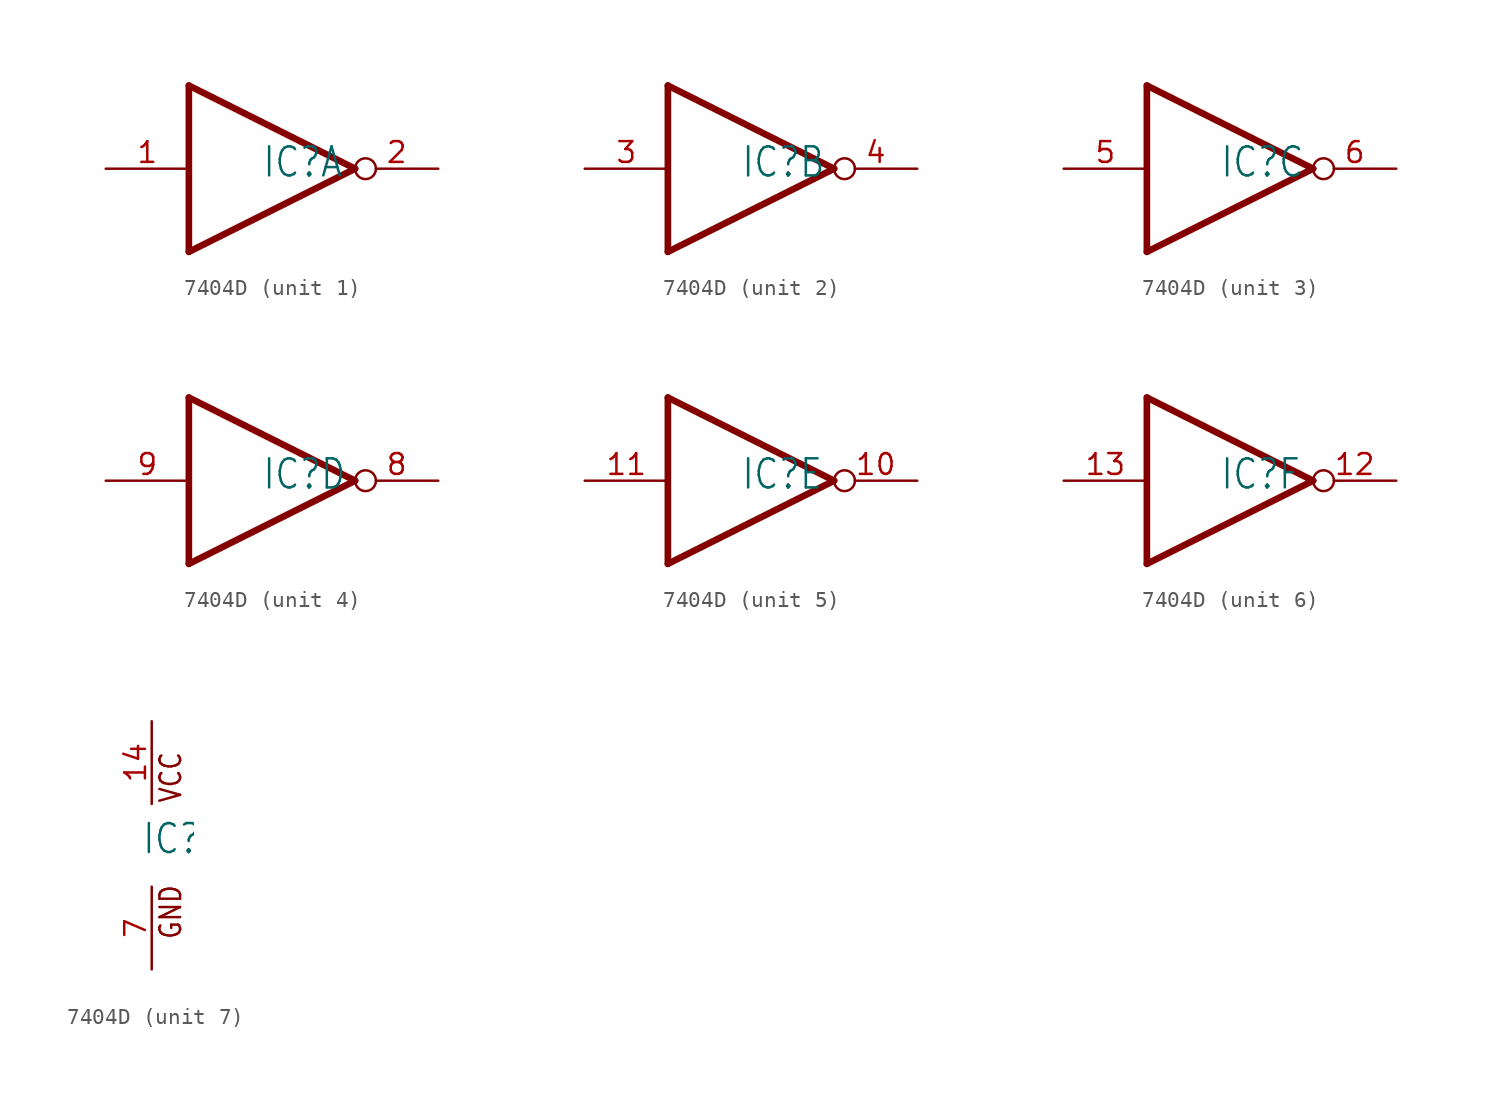
<source format=kicad_sym>
(kicad_symbol_lib
  (version 20211014)
  (generator kicad_symbol_editor)
  (symbol "7404D"
    (property "Reference" "IC"
      (at -0.635 -0.635 0)
      (effects (font (size 1.778 1.511)) (justify left bottom)))
    (property "ki_locked" ""
      (at 0 0 0)
      (effects (font (size 1.27 1.27))))
    (symbol "7404D_1_0"
      (polyline (pts (xy -5.08 -5.08) (xy -5.08 5.08)) (stroke (width 0.406) (type default) (color 0 0 0 0)) (fill (type none)))
      (polyline (pts (xy -5.08 5.08) (xy 5.08 0)) (stroke (width 0.406) (type default) (color 0 0 0 0)) (fill (type none)))
      (polyline (pts (xy 5.08 0) (xy -5.08 -5.08)) (stroke (width 0.406) (type default) (color 0 0 0 0)) (fill (type none)))
      (pin input line (at -10.16 0 0) (length 5.08) (name "I" (effects (font (size 0 0)))) (number "1" (effects (font (size 1.27 1.27)))))
      (pin output inverted (at 10.16 0 180) (length 5.08) (name "O" (effects (font (size 0 0)))) (number "2" (effects (font (size 1.27 1.27))))))
    (symbol "7404D_2_0"
      (polyline (pts (xy -5.08 -5.08) (xy -5.08 5.08)) (stroke (width 0.406) (type default) (color 0 0 0 0)) (fill (type none)))
      (polyline (pts (xy -5.08 5.08) (xy 5.08 0)) (stroke (width 0.406) (type default) (color 0 0 0 0)) (fill (type none)))
      (polyline (pts (xy 5.08 0) (xy -5.08 -5.08)) (stroke (width 0.406) (type default) (color 0 0 0 0)) (fill (type none)))
      (pin input line (at -10.16 0 0) (length 5.08) (name "I" (effects (font (size 0 0)))) (number "3" (effects (font (size 1.27 1.27)))))
      (pin output inverted (at 10.16 0 180) (length 5.08) (name "O" (effects (font (size 0 0)))) (number "4" (effects (font (size 1.27 1.27))))))
    (symbol "7404D_3_0"
      (polyline (pts (xy -5.08 -5.08) (xy -5.08 5.08)) (stroke (width 0.406) (type default) (color 0 0 0 0)) (fill (type none)))
      (polyline (pts (xy -5.08 5.08) (xy 5.08 0)) (stroke (width 0.406) (type default) (color 0 0 0 0)) (fill (type none)))
      (polyline (pts (xy 5.08 0) (xy -5.08 -5.08)) (stroke (width 0.406) (type default) (color 0 0 0 0)) (fill (type none)))
      (pin input line (at -10.16 0 0) (length 5.08) (name "I" (effects (font (size 0 0)))) (number "5" (effects (font (size 1.27 1.27)))))
      (pin output inverted (at 10.16 0 180) (length 5.08) (name "O" (effects (font (size 0 0)))) (number "6" (effects (font (size 1.27 1.27))))))
    (symbol "7404D_4_0"
      (polyline (pts (xy -5.08 -5.08) (xy -5.08 5.08)) (stroke (width 0.406) (type default) (color 0 0 0 0)) (fill (type none)))
      (polyline (pts (xy -5.08 5.08) (xy 5.08 0)) (stroke (width 0.406) (type default) (color 0 0 0 0)) (fill (type none)))
      (polyline (pts (xy 5.08 0) (xy -5.08 -5.08)) (stroke (width 0.406) (type default) (color 0 0 0 0)) (fill (type none)))
      (pin output inverted (at 10.16 0 180) (length 5.08) (name "O" (effects (font (size 0 0)))) (number "8" (effects (font (size 1.27 1.27)))))
      (pin input line (at -10.16 0 0) (length 5.08) (name "I" (effects (font (size 0 0)))) (number "9" (effects (font (size 1.27 1.27))))))
    (symbol "7404D_5_0"
      (polyline (pts (xy -5.08 -5.08) (xy -5.08 5.08)) (stroke (width 0.406) (type default) (color 0 0 0 0)) (fill (type none)))
      (polyline (pts (xy -5.08 5.08) (xy 5.08 0)) (stroke (width 0.406) (type default) (color 0 0 0 0)) (fill (type none)))
      (polyline (pts (xy 5.08 0) (xy -5.08 -5.08)) (stroke (width 0.406) (type default) (color 0 0 0 0)) (fill (type none)))
      (pin output inverted (at 10.16 0 180) (length 5.08) (name "O" (effects (font (size 0 0)))) (number "10" (effects (font (size 1.27 1.27)))))
      (pin input line (at -10.16 0 0) (length 5.08) (name "I" (effects (font (size 0 0)))) (number "11" (effects (font (size 1.27 1.27))))))
    (symbol "7404D_6_0"
      (polyline (pts (xy -5.08 -5.08) (xy -5.08 5.08)) (stroke (width 0.406) (type default) (color 0 0 0 0)) (fill (type none)))
      (polyline (pts (xy -5.08 5.08) (xy 5.08 0)) (stroke (width 0.406) (type default) (color 0 0 0 0)) (fill (type none)))
      (polyline (pts (xy 5.08 0) (xy -5.08 -5.08)) (stroke (width 0.406) (type default) (color 0 0 0 0)) (fill (type none)))
      (pin output inverted (at 10.16 0 180) (length 5.08) (name "O" (effects (font (size 0 0)))) (number "12" (effects (font (size 1.27 1.27)))))
      (pin input line (at -10.16 0 0) (length 5.08) (name "I" (effects (font (size 0 0)))) (number "13" (effects (font (size 1.27 1.27))))))
    (symbol "7404D_7_0"
      (text "GND" (at 1.905 -5.842 900) (effects (font (size 1.27 1.079)) (justify left bottom)))
      (text "VCC" (at 1.905 2.54 900) (effects (font (size 1.27 1.079)) (justify left bottom)))
      (pin power_in line (at 0 7.62 270) (length 5.08) (name "VCC" (effects (font (size 0 0)))) (number "14" (effects (font (size 1.27 1.27)))))
      (pin power_in line (at 0 -7.62 90) (length 5.08) (name "GND" (effects (font (size 0 0)))) (number "7" (effects (font (size 1.27 1.27))))))))
</source>
